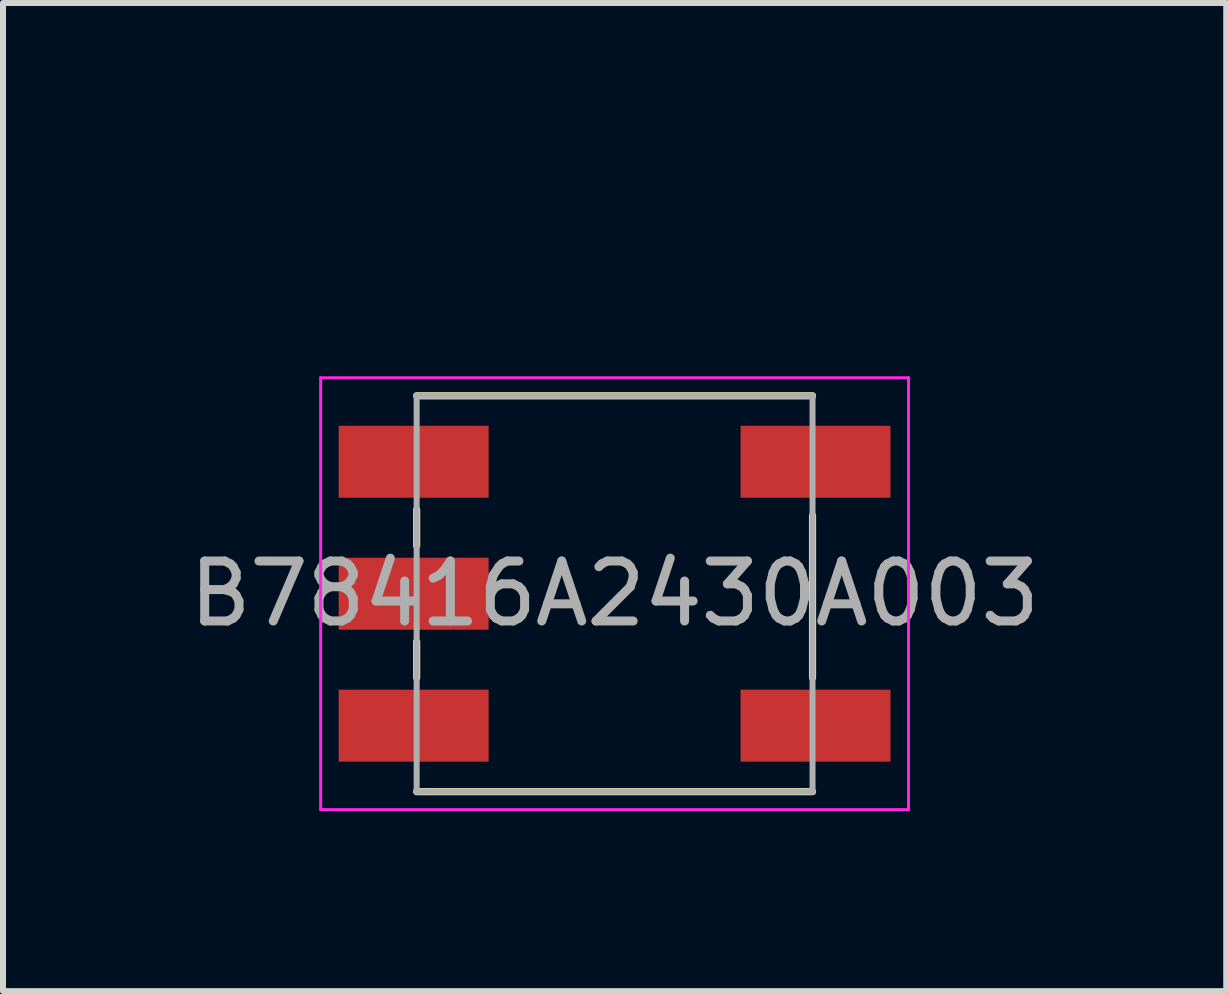
<source format=kicad_pcb>
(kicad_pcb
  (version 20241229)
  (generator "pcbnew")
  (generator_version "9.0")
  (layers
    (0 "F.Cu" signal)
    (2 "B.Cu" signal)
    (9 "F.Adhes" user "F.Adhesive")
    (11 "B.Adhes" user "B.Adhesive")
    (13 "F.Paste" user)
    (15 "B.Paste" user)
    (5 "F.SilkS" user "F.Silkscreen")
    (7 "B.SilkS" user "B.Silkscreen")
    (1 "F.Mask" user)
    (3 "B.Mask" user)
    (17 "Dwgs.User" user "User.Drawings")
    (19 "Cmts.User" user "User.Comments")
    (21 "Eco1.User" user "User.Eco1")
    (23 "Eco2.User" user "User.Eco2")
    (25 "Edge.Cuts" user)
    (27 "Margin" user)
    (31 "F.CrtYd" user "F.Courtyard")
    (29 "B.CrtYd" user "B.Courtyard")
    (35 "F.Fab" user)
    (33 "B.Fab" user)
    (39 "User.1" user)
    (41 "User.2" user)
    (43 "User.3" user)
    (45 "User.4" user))
  (footprint "B78416A2430A003"
    (layer "F.Cu")
    (at 7.196 6.848)
    (property "Reference" "B78416A2430A003" (at 0 -6 0) (layer "User.1") (effects (font (size 1 1) (thickness 0.15))))
    (attr smd)
    (fp_line (start -3.3 -3.3) (end 3.3 -3.3) (stroke (width 0.12) (type solid)) (layer "F.SilkS"))
    (fp_line (start -3.3 -1.4) (end -3.3 -0.8) (stroke (width 0.12) (type solid)) (layer "F.SilkS"))
    (fp_line (start -3.3 1.4) (end -3.3 0.8) (stroke (width 0.12) (type solid)) (layer "F.SilkS"))
    (fp_line (start -3.3 3.3) (end 3.3 3.3) (stroke (width 0.12) (type solid)) (layer "F.SilkS"))
    (fp_line (start 3.3 -1.3) (end 3.3 1.4) (stroke (width 0.12) (type solid)) (layer "F.SilkS"))
    (fp_line (start -4.9 -3.6) (end 4.9 -3.6) (stroke (width 0.05) (type solid)) (layer "F.CrtYd"))
    (fp_line (start -4.9 3.6) (end -4.9 -3.6) (stroke (width 0.05) (type solid)) (layer "F.CrtYd"))
    (fp_line (start 4.9 -3.6) (end 4.9 3.6) (stroke (width 0.05) (type solid)) (layer "F.CrtYd"))
    (fp_line (start 4.9 3.6) (end -4.9 3.6) (stroke (width 0.05) (type solid)) (layer "F.CrtYd"))
    (fp_line (start -3.3 -3.3) (end 3.3 -3.3) (stroke (width 0.1) (type solid)) (layer "F.Fab"))
    (fp_line (start -3.3 3.3) (end -3.3 -3.3) (stroke (width 0.1) (type solid)) (layer "F.Fab"))
    (fp_line (start 3.3 -3.3) (end 3.3 3.3) (stroke (width 0.1) (type solid)) (layer "F.Fab"))
    (fp_line (start 3.3 3.3) (end -3.3 3.3) (stroke (width 0.1) (type solid)) (layer "F.Fab"))
    (fp_text user "${REFERENCE}" (at 0 0 0) (layer "F.Fab") (effects (font (size 1 1) (thickness 0.15))))
    (pad "1" smd rect (at -3.35 -2.2) (size 2.5 1.2) (layers "F.Cu" "F.Mask" "F.Paste"))
    (pad "2" smd rect (at -3.35 0) (size 2.5 1.2) (layers "F.Cu" "F.Mask" "F.Paste"))
    (pad "3" smd rect (at -3.35 2.2) (size 2.5 1.2) (layers "F.Cu" "F.Mask" "F.Paste"))
    (pad "4" smd rect (at 3.35 -2.2) (size 2.5 1.2) (layers "F.Cu" "F.Mask" "F.Paste"))
    (pad "6" smd rect (at 3.35 2.2) (size 2.5 1.2) (layers "F.Cu" "F.Mask" "F.Paste")))
  (gr_rect
    (start -3 -3)
    (end 17.393 13.473)
    (stroke (width 0.1) (type default))
    (fill no)
    (layer "Edge.Cuts")))
</source>
